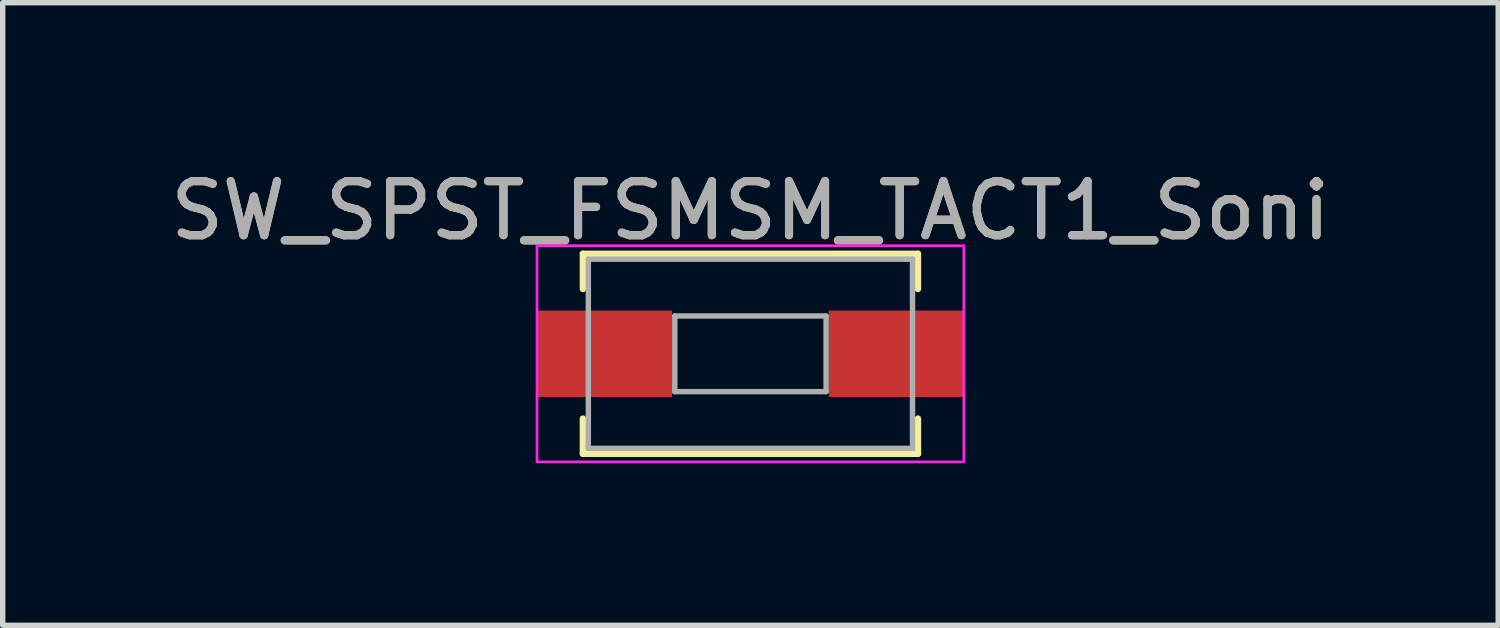
<source format=kicad_pcb>
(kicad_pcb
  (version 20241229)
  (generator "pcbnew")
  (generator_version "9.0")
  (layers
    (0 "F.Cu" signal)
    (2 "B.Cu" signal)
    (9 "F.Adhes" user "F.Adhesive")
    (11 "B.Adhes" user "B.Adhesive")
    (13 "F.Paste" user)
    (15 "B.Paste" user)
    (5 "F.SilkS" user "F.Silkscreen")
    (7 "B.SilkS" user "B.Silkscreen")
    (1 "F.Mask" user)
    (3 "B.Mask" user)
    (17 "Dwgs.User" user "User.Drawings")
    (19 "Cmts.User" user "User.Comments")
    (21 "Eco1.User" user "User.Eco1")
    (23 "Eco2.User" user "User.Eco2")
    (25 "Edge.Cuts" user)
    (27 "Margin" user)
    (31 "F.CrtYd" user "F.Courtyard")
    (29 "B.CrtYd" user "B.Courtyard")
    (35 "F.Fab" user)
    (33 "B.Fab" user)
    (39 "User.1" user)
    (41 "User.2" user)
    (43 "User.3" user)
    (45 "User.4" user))
  (footprint "SW_SPST_FSMSM_TACT1_Soni"
    (layer "F.Cu")
    (at 10.839 3.498)
    (property "Reference" "SW_SPST_FSMSM_TACT1_Soni" (at 0 -2.65 0) (layer "F.SilkS") (effects (font (size 1 1) (thickness 0.15))))
    (attr smd)
    (fp_line (start -3.1 -1.85) (end -3.1 -1.2) (stroke (width 0.12) (type solid)) (layer "F.SilkS"))
    (fp_line (start -3.1 1.2) (end -3.1 1.85) (stroke (width 0.12) (type solid)) (layer "F.SilkS"))
    (fp_line (start -3.1 1.85) (end 3.1 1.85) (stroke (width 0.12) (type solid)) (layer "F.SilkS"))
    (fp_line (start 3.1 -1.85) (end -3.1 -1.85) (stroke (width 0.12) (type solid)) (layer "F.SilkS"))
    (fp_line (start 3.1 -1.85) (end 3.1 -1.2) (stroke (width 0.12) (type solid)) (layer "F.SilkS"))
    (fp_line (start 3.1 1.85) (end 3.1 1.2) (stroke (width 0.12) (type solid)) (layer "F.SilkS"))
    (fp_line (start -3.95 -2) (end 3.95 -2) (stroke (width 0.05) (type solid)) (layer "F.CrtYd"))
    (fp_line (start -3.95 2) (end -3.95 -2) (stroke (width 0.05) (type solid)) (layer "F.CrtYd"))
    (fp_line (start 3.95 -2) (end 3.95 2) (stroke (width 0.05) (type solid)) (layer "F.CrtYd"))
    (fp_line (start 3.95 2) (end -3.95 2) (stroke (width 0.05) (type solid)) (layer "F.CrtYd"))
    (fp_line (start -3 -1.75) (end 3 -1.75) (stroke (width 0.1) (type solid)) (layer "F.Fab"))
    (fp_line (start -3 1.75) (end -3 -1.75) (stroke (width 0.1) (type solid)) (layer "F.Fab"))
    (fp_line (start -1.4 -0.7) (end 1.4 -0.7) (stroke (width 0.1) (type solid)) (layer "F.Fab"))
    (fp_line (start -1.4 0.7) (end -1.4 -0.7) (stroke (width 0.1) (type solid)) (layer "F.Fab"))
    (fp_line (start 1.4 -0.7) (end 1.4 0.7) (stroke (width 0.1) (type solid)) (layer "F.Fab"))
    (fp_line (start 1.4 0.7) (end -1.4 0.7) (stroke (width 0.1) (type solid)) (layer "F.Fab"))
    (fp_line (start 3 -1.75) (end 3 1.75) (stroke (width 0.1) (type solid)) (layer "F.Fab"))
    (fp_line (start 3 1.75) (end -3 1.75) (stroke (width 0.1) (type solid)) (layer "F.Fab"))
    (fp_text user "${REFERENCE}" (at 0 -2.65 0) (layer "F.Fab") (effects (font (size 1 1) (thickness 0.15))))
    (pad "1" smd rect (at -2.7 0) (size 2.5 1.6) (layers "F.Cu" "F.Mask" "F.Paste"))
    (pad "2" smd rect (at 2.7 0) (size 2.5 1.6) (layers "F.Cu" "F.Mask" "F.Paste")))
  (gr_rect
    (start -3 -3)
    (end 24.679 8.523)
    (stroke (width 0.1) (type default))
    (fill no)
    (layer "Edge.Cuts")))
</source>
